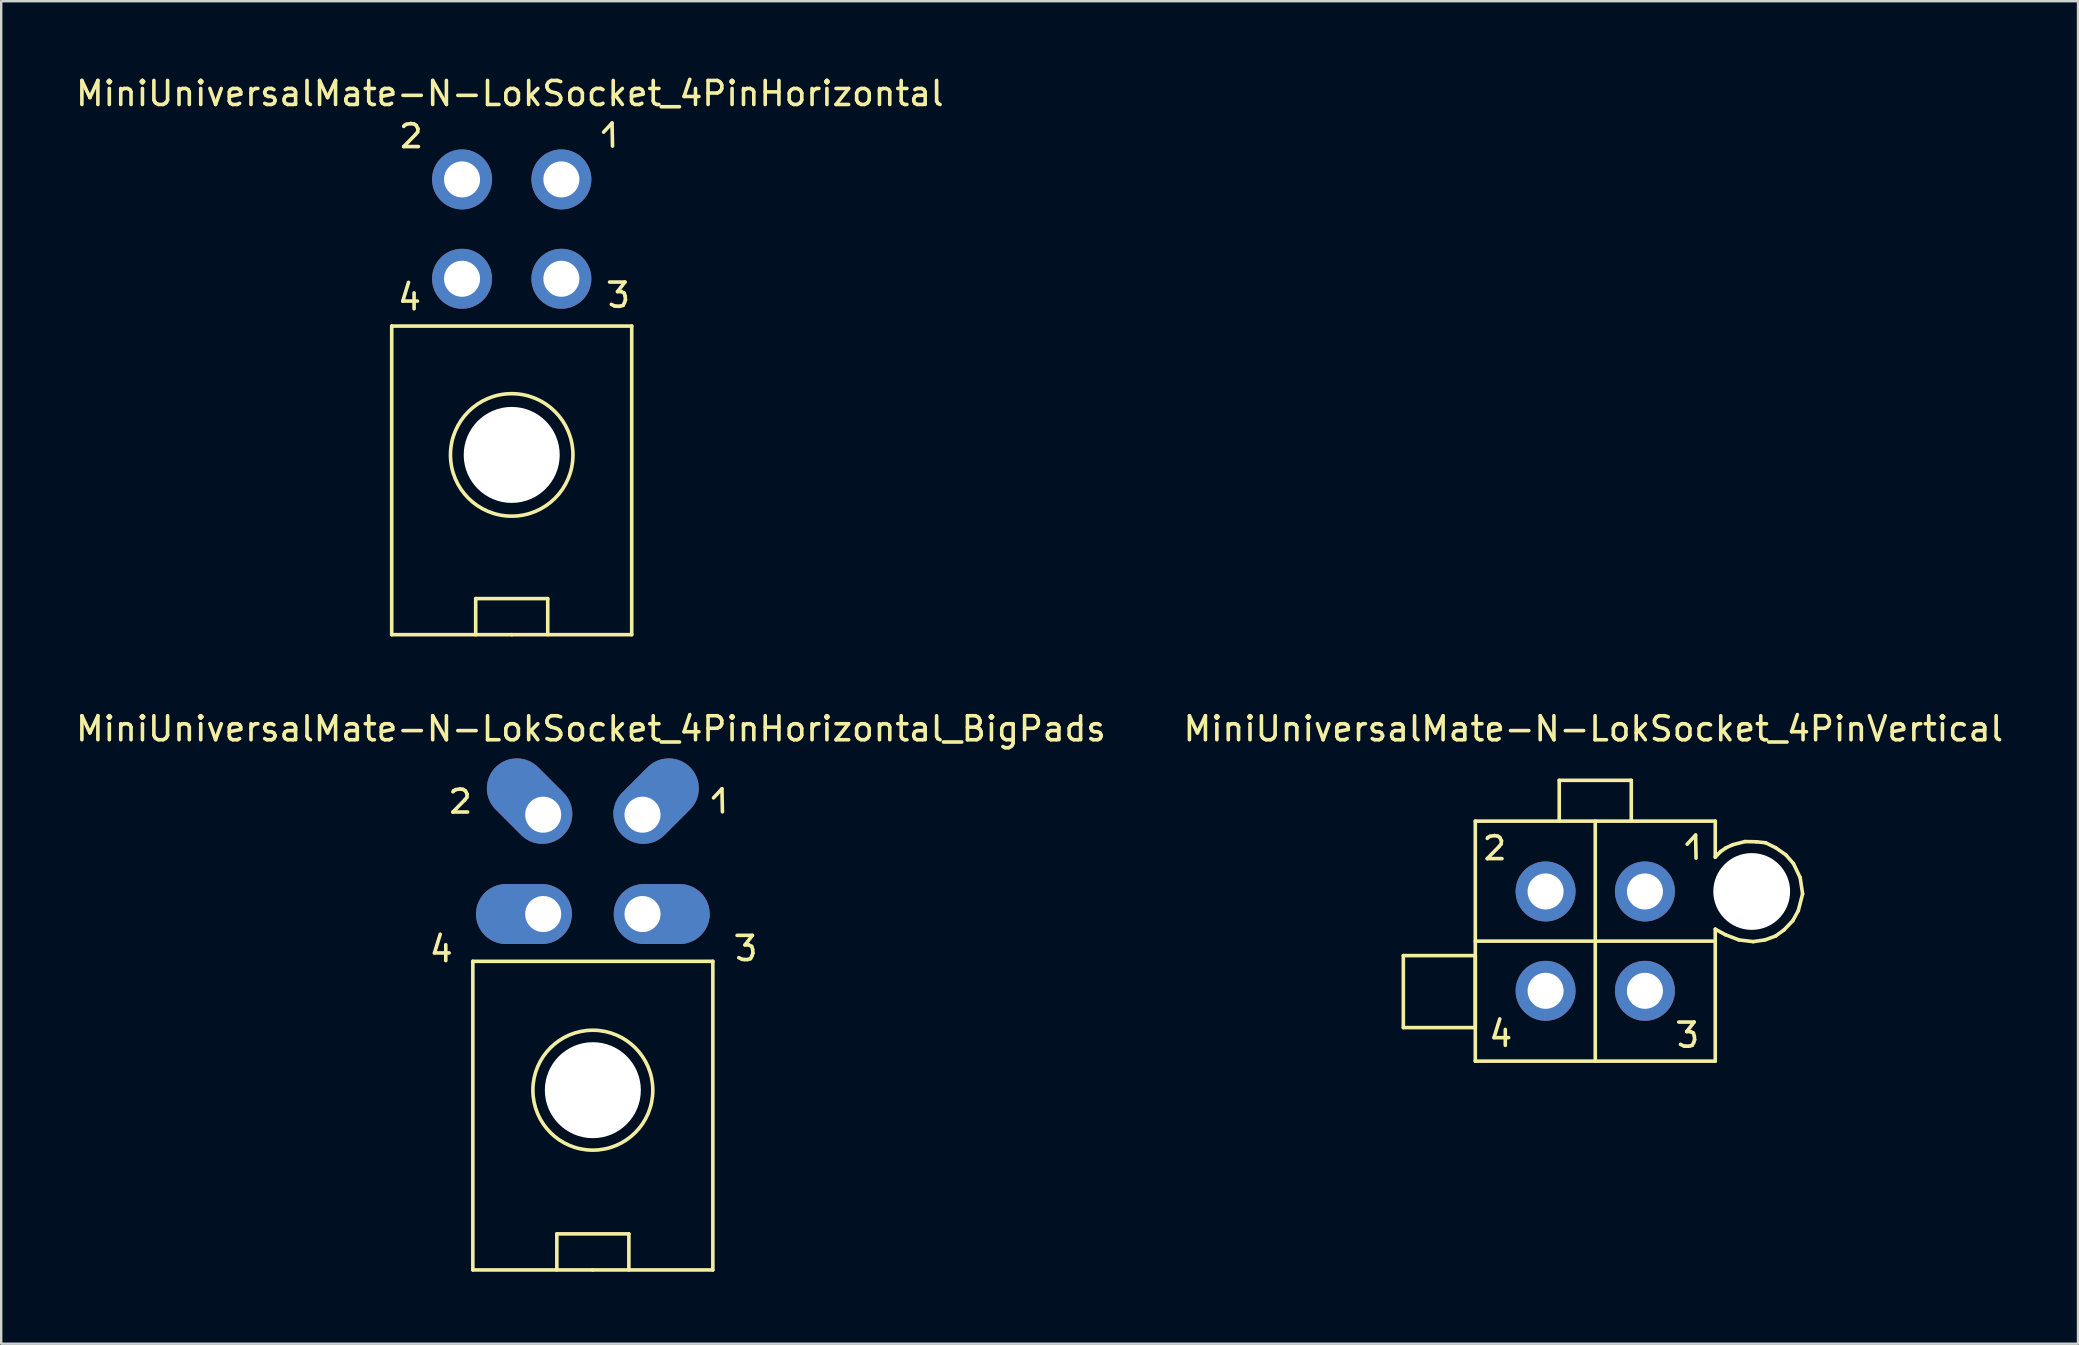
<source format=kicad_pcb>
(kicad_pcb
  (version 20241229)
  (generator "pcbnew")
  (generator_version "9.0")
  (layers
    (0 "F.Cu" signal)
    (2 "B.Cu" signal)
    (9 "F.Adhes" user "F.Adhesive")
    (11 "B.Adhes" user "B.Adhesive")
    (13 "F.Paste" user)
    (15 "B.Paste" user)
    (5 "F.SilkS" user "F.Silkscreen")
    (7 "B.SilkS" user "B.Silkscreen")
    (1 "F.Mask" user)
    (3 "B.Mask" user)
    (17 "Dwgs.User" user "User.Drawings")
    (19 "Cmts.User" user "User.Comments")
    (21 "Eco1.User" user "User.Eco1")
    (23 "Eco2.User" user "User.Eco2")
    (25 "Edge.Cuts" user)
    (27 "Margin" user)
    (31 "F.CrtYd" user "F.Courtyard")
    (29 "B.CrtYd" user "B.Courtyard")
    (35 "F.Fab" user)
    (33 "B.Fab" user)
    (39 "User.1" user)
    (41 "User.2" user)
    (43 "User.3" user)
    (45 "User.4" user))
  (footprint "MiniUniversalMate-N-LokSocket_4PinHorizontal_BigPads"
    (layer "F.Cu")
    (at 21.656 32.971)
    (property "Reference" "MiniUniversalMate-N-LokSocket_4PinHorizontal_BigPads" (at -0.079 -5.649 0) (layer "F.SilkS") (effects (font (size 1 1) (thickness 0.15))))
    (attr through_hole)
    (fp_line (start -6.599 3.691) (end -5.989 3.691) (stroke (width 0.15) (type solid)) (layer "F.SilkS"))
    (fp_line (start -6.36 2.911) (end -6.599 3.691) (stroke (width 0.15) (type solid)) (layer "F.SilkS"))
    (fp_line (start -6.129 3.35) (end -6.129 4.011) (stroke (width 0.15) (type solid)) (layer "F.SilkS"))
    (fp_line (start -5.832 -3.023) (end -5.801 -3.063) (stroke (width 0.15) (type solid)) (layer "F.SilkS"))
    (fp_line (start -5.832 -2.182) (end -5.22 -2.182) (stroke (width 0.15) (type solid)) (layer "F.SilkS"))
    (fp_line (start -5.801 -3.063) (end -5.71 -3.114) (stroke (width 0.15) (type solid)) (layer "F.SilkS"))
    (fp_line (start -5.71 -3.114) (end -5.532 -3.142) (stroke (width 0.15) (type solid)) (layer "F.SilkS"))
    (fp_line (start -5.532 -3.142) (end -5.4 -3.122) (stroke (width 0.15) (type solid)) (layer "F.SilkS"))
    (fp_line (start -5.4 -3.122) (end -5.311 -3.063) (stroke (width 0.15) (type solid)) (layer "F.SilkS"))
    (fp_line (start -5.342 -2.682) (end -5.832 -2.182) (stroke (width 0.15) (type solid)) (layer "F.SilkS"))
    (fp_line (start -5.311 -3.063) (end -5.24 -2.924) (stroke (width 0.15) (type solid)) (layer "F.SilkS"))
    (fp_line (start -5.25 -2.794) (end -5.342 -2.682) (stroke (width 0.15) (type solid)) (layer "F.SilkS"))
    (fp_line (start -5.24 -2.924) (end -5.25 -2.794) (stroke (width 0.15) (type solid)) (layer "F.SilkS"))
    (fp_line (start -5.001 4.041) (end 5.001 4.041) (stroke (width 0.15) (type solid)) (layer "F.SilkS"))
    (fp_line (start -5.001 16.901) (end -5.001 4.041) (stroke (width 0.15) (type solid)) (layer "F.SilkS"))
    (fp_line (start -1.501 15.4) (end -1.501 16.901) (stroke (width 0.15) (type solid)) (layer "F.SilkS"))
    (fp_line (start 0 16.901) (end -5.001 16.901) (stroke (width 0.15) (type solid)) (layer "F.SilkS"))
    (fp_line (start 0 16.901) (end 5.001 16.901) (stroke (width 0.15) (type solid)) (layer "F.SilkS"))
    (fp_line (start 1.501 15.4) (end -1.501 15.4) (stroke (width 0.15) (type solid)) (layer "F.SilkS"))
    (fp_line (start 1.501 16.901) (end 1.501 15.4) (stroke (width 0.15) (type solid)) (layer "F.SilkS"))
    (fp_line (start 5.001 4.041) (end 5.001 16.901) (stroke (width 0.15) (type solid)) (layer "F.SilkS"))
    (fp_line (start 5.029 -2.771) (end 5.38 -3.15) (stroke (width 0.15) (type solid)) (layer "F.SilkS"))
    (fp_line (start 5.38 -3.15) (end 5.4 -2.189) (stroke (width 0.15) (type solid)) (layer "F.SilkS"))
    (fp_line (start 6.01 2.959) (end 6.65 2.959) (stroke (width 0.15) (type solid)) (layer "F.SilkS"))
    (fp_line (start 6.22 3.957) (end 6.081 3.889) (stroke (width 0.15) (type solid)) (layer "F.SilkS"))
    (fp_line (start 6.32 3.967) (end 6.22 3.957) (stroke (width 0.15) (type solid)) (layer "F.SilkS"))
    (fp_line (start 6.34 3.358) (end 6.5 3.358) (stroke (width 0.15) (type solid)) (layer "F.SilkS"))
    (fp_line (start 6.439 3.967) (end 6.32 3.967) (stroke (width 0.15) (type solid)) (layer "F.SilkS"))
    (fp_line (start 6.5 3.358) (end 6.619 3.419) (stroke (width 0.15) (type solid)) (layer "F.SilkS"))
    (fp_line (start 6.571 3.929) (end 6.439 3.967) (stroke (width 0.15) (type solid)) (layer "F.SilkS"))
    (fp_line (start 6.619 3.419) (end 6.66 3.548) (stroke (width 0.15) (type solid)) (layer "F.SilkS"))
    (fp_line (start 6.629 3.818) (end 6.571 3.929) (stroke (width 0.15) (type solid)) (layer "F.SilkS"))
    (fp_line (start 6.65 2.959) (end 6.34 3.358) (stroke (width 0.15) (type solid)) (layer "F.SilkS"))
    (fp_line (start 6.66 3.548) (end 6.67 3.698) (stroke (width 0.15) (type solid)) (layer "F.SilkS"))
    (fp_line (start 6.67 3.698) (end 6.629 3.818) (stroke (width 0.15) (type solid)) (layer "F.SilkS"))
    (fp_circle (center 0 9.411) (end 2.499 9.411) (stroke (width 0.15) (type solid)) (fill no) (layer "F.SilkS"))
    (pad "" np_thru_hole circle (at 0 9.411 90) (size 4 4) (drill 4) (layers "*.Cu" "*.Mask"))
    (pad "1" thru_hole oval (at 2.07 -2.07 45) (size 4 2.499) (drill 1.501 (offset 0.8 0)) (layers "*.Cu" "*.Mask"))
    (pad "2" thru_hole oval (at -2.07 -2.07 315) (size 4 2.499) (drill 1.501 (offset -0.8 0)) (layers "*.Cu" "*.Mask"))
    (pad "3" thru_hole oval (at 2.07 2.07) (size 4 2.499) (drill 1.501 (offset 0.8 0)) (layers "*.Cu" "*.Mask"))
    (pad "4" thru_hole oval (at -2.07 2.07) (size 4 2.499) (drill 1.501 (offset -0.8 0)) (layers "*.Cu" "*.Mask")))
  (footprint "MiniUniversalMate-N-LokSocket_4PinHorizontal"
    (layer "F.Cu")
    (at 18.275 6.497)
    (property "Reference" "MiniUniversalMate-N-LokSocket_4PinHorizontal" (at -0.079 -5.649 0) (layer "F.SilkS") (effects (font (size 1 1) (thickness 0.15))))
    (attr through_hole)
    (fp_line (start -5.001 4.041) (end 5.001 4.041) (stroke (width 0.15) (type solid)) (layer "F.SilkS"))
    (fp_line (start -5.001 16.901) (end -5.001 4.041) (stroke (width 0.15) (type solid)) (layer "F.SilkS"))
    (fp_line (start -4.539 3) (end -3.929 3) (stroke (width 0.15) (type solid)) (layer "F.SilkS"))
    (fp_line (start -4.501 -4.28) (end -4.47 -4.321) (stroke (width 0.15) (type solid)) (layer "F.SilkS"))
    (fp_line (start -4.501 -3.439) (end -3.889 -3.439) (stroke (width 0.15) (type solid)) (layer "F.SilkS"))
    (fp_line (start -4.47 -4.321) (end -4.379 -4.371) (stroke (width 0.15) (type solid)) (layer "F.SilkS"))
    (fp_line (start -4.379 -4.371) (end -4.201 -4.399) (stroke (width 0.15) (type solid)) (layer "F.SilkS"))
    (fp_line (start -4.3 2.22) (end -4.539 3) (stroke (width 0.15) (type solid)) (layer "F.SilkS"))
    (fp_line (start -4.201 -4.399) (end -4.069 -4.379) (stroke (width 0.15) (type solid)) (layer "F.SilkS"))
    (fp_line (start -4.069 -4.379) (end -3.98 -4.321) (stroke (width 0.15) (type solid)) (layer "F.SilkS"))
    (fp_line (start -4.069 2.659) (end -4.069 3.32) (stroke (width 0.15) (type solid)) (layer "F.SilkS"))
    (fp_line (start -4.011 -3.94) (end -4.501 -3.439) (stroke (width 0.15) (type solid)) (layer "F.SilkS"))
    (fp_line (start -3.98 -4.321) (end -3.909 -4.181) (stroke (width 0.15) (type solid)) (layer "F.SilkS"))
    (fp_line (start -3.919 -4.051) (end -4.011 -3.94) (stroke (width 0.15) (type solid)) (layer "F.SilkS"))
    (fp_line (start -3.909 -4.181) (end -3.919 -4.051) (stroke (width 0.15) (type solid)) (layer "F.SilkS"))
    (fp_line (start -1.501 15.4) (end -1.501 16.901) (stroke (width 0.15) (type solid)) (layer "F.SilkS"))
    (fp_line (start 0 16.901) (end -5.001 16.901) (stroke (width 0.15) (type solid)) (layer "F.SilkS"))
    (fp_line (start 0 16.901) (end 5.001 16.901) (stroke (width 0.15) (type solid)) (layer "F.SilkS"))
    (fp_line (start 1.501 15.4) (end -1.501 15.4) (stroke (width 0.15) (type solid)) (layer "F.SilkS"))
    (fp_line (start 1.501 16.901) (end 1.501 15.4) (stroke (width 0.15) (type solid)) (layer "F.SilkS"))
    (fp_line (start 3.83 -4.041) (end 4.181 -4.42) (stroke (width 0.15) (type solid)) (layer "F.SilkS"))
    (fp_line (start 4.079 2.207) (end 4.719 2.207) (stroke (width 0.15) (type solid)) (layer "F.SilkS"))
    (fp_line (start 4.181 -4.42) (end 4.201 -3.459) (stroke (width 0.15) (type solid)) (layer "F.SilkS"))
    (fp_line (start 4.29 3.205) (end 4.15 3.137) (stroke (width 0.15) (type solid)) (layer "F.SilkS"))
    (fp_line (start 4.389 3.216) (end 4.29 3.205) (stroke (width 0.15) (type solid)) (layer "F.SilkS"))
    (fp_line (start 4.409 2.606) (end 4.569 2.606) (stroke (width 0.15) (type solid)) (layer "F.SilkS"))
    (fp_line (start 4.508 3.216) (end 4.389 3.216) (stroke (width 0.15) (type solid)) (layer "F.SilkS"))
    (fp_line (start 4.569 2.606) (end 4.689 2.667) (stroke (width 0.15) (type solid)) (layer "F.SilkS"))
    (fp_line (start 4.641 3.178) (end 4.508 3.216) (stroke (width 0.15) (type solid)) (layer "F.SilkS"))
    (fp_line (start 4.689 2.667) (end 4.729 2.797) (stroke (width 0.15) (type solid)) (layer "F.SilkS"))
    (fp_line (start 4.699 3.066) (end 4.641 3.178) (stroke (width 0.15) (type solid)) (layer "F.SilkS"))
    (fp_line (start 4.719 2.207) (end 4.409 2.606) (stroke (width 0.15) (type solid)) (layer "F.SilkS"))
    (fp_line (start 4.729 2.797) (end 4.74 2.946) (stroke (width 0.15) (type solid)) (layer "F.SilkS"))
    (fp_line (start 4.74 2.946) (end 4.699 3.066) (stroke (width 0.15) (type solid)) (layer "F.SilkS"))
    (fp_line (start 5.001 4.041) (end 5.001 16.901) (stroke (width 0.15) (type solid)) (layer "F.SilkS"))
    (fp_circle (center 0 9.411) (end 2.141 10.8) (stroke (width 0.15) (type solid)) (fill no) (layer "F.SilkS"))
    (pad "" np_thru_hole circle (at 0 9.411 90) (size 4 4) (drill 4) (layers "*.Cu" "*.Mask"))
    (pad "1" thru_hole circle (at 2.07 -2.07 90) (size 2.499 2.499) (drill 1.501) (layers "*.Cu" "*.Mask"))
    (pad "2" thru_hole circle (at -2.07 -2.07 90) (size 2.499 2.499) (drill 1.501) (layers "*.Cu" "*.Mask"))
    (pad "3" thru_hole circle (at 2.07 2.07 90) (size 2.499 2.499) (drill 1.501) (layers "*.Cu" "*.Mask"))
    (pad "4" thru_hole circle (at -2.07 2.07 90) (size 2.499 2.499) (drill 1.501) (layers "*.Cu" "*.Mask")))
  (footprint "MiniUniversalMate-N-LokSocket_4PinVertical"
    (layer "F.Cu")
    (at 63.43 36.171)
    (property "Reference" "MiniUniversalMate-N-LokSocket_4PinVertical" (at -0.079 -8.849 0) (layer "F.SilkS") (effects (font (size 1 1) (thickness 0.15))))
    (attr through_hole)
    (fp_line (start -7.998 0.602) (end -4.999 0.602) (stroke (width 0.15) (type solid)) (layer "F.SilkS"))
    (fp_line (start -7.998 3.602) (end -7.998 0.602) (stroke (width 0.15) (type solid)) (layer "F.SilkS"))
    (fp_line (start -4.999 -5.001) (end -4.999 4.999) (stroke (width 0.15) (type solid)) (layer "F.SilkS"))
    (fp_line (start -4.999 0) (end 5.001 0) (stroke (width 0.15) (type solid)) (layer "F.SilkS"))
    (fp_line (start -4.999 0.602) (end -4.999 3.602) (stroke (width 0.15) (type solid)) (layer "F.SilkS"))
    (fp_line (start -4.999 3.602) (end -7.998 3.602) (stroke (width 0.15) (type solid)) (layer "F.SilkS"))
    (fp_line (start -4.999 4.999) (end 5.001 4.999) (stroke (width 0.15) (type solid)) (layer "F.SilkS"))
    (fp_line (start -4.501 -4.28) (end -4.47 -4.321) (stroke (width 0.15) (type solid)) (layer "F.SilkS"))
    (fp_line (start -4.501 -3.439) (end -3.889 -3.439) (stroke (width 0.15) (type solid)) (layer "F.SilkS"))
    (fp_line (start -4.47 -4.321) (end -4.379 -4.371) (stroke (width 0.15) (type solid)) (layer "F.SilkS"))
    (fp_line (start -4.379 -4.371) (end -4.201 -4.399) (stroke (width 0.15) (type solid)) (layer "F.SilkS"))
    (fp_line (start -4.219 4.021) (end -3.609 4.021) (stroke (width 0.15) (type solid)) (layer "F.SilkS"))
    (fp_line (start -4.201 -4.399) (end -4.069 -4.379) (stroke (width 0.15) (type solid)) (layer "F.SilkS"))
    (fp_line (start -4.069 -4.379) (end -3.98 -4.321) (stroke (width 0.15) (type solid)) (layer "F.SilkS"))
    (fp_line (start -4.011 -3.94) (end -4.501 -3.439) (stroke (width 0.15) (type solid)) (layer "F.SilkS"))
    (fp_line (start -3.98 -4.321) (end -3.909 -4.181) (stroke (width 0.15) (type solid)) (layer "F.SilkS"))
    (fp_line (start -3.98 3.241) (end -4.219 4.021) (stroke (width 0.15) (type solid)) (layer "F.SilkS"))
    (fp_line (start -3.919 -4.051) (end -4.011 -3.94) (stroke (width 0.15) (type solid)) (layer "F.SilkS"))
    (fp_line (start -3.909 -4.181) (end -3.919 -4.051) (stroke (width 0.15) (type solid)) (layer "F.SilkS"))
    (fp_line (start -3.749 3.68) (end -3.749 4.341) (stroke (width 0.15) (type solid)) (layer "F.SilkS"))
    (fp_line (start -1.501 -6.701) (end -1.501 -5.001) (stroke (width 0.15) (type solid)) (layer "F.SilkS"))
    (fp_line (start 0 -5.001) (end 0 4.999) (stroke (width 0.15) (type solid)) (layer "F.SilkS"))
    (fp_line (start 1.501 -6.701) (end -1.501 -6.701) (stroke (width 0.15) (type solid)) (layer "F.SilkS"))
    (fp_line (start 1.501 -5.001) (end 1.501 -6.701) (stroke (width 0.15) (type solid)) (layer "F.SilkS"))
    (fp_line (start 3.48 3.371) (end 4.12 3.371) (stroke (width 0.15) (type solid)) (layer "F.SilkS"))
    (fp_line (start 3.691 4.369) (end 3.551 4.3) (stroke (width 0.15) (type solid)) (layer "F.SilkS"))
    (fp_line (start 3.79 4.379) (end 3.691 4.369) (stroke (width 0.15) (type solid)) (layer "F.SilkS"))
    (fp_line (start 3.81 3.769) (end 3.97 3.769) (stroke (width 0.15) (type solid)) (layer "F.SilkS"))
    (fp_line (start 3.83 -4.041) (end 4.181 -4.42) (stroke (width 0.15) (type solid)) (layer "F.SilkS"))
    (fp_line (start 3.909 4.379) (end 3.79 4.379) (stroke (width 0.15) (type solid)) (layer "F.SilkS"))
    (fp_line (start 3.97 3.769) (end 4.089 3.83) (stroke (width 0.15) (type solid)) (layer "F.SilkS"))
    (fp_line (start 4.041 4.341) (end 3.909 4.379) (stroke (width 0.15) (type solid)) (layer "F.SilkS"))
    (fp_line (start 4.089 3.83) (end 4.13 3.96) (stroke (width 0.15) (type solid)) (layer "F.SilkS"))
    (fp_line (start 4.1 4.229) (end 4.041 4.341) (stroke (width 0.15) (type solid)) (layer "F.SilkS"))
    (fp_line (start 4.12 3.371) (end 3.81 3.769) (stroke (width 0.15) (type solid)) (layer "F.SilkS"))
    (fp_line (start 4.13 3.96) (end 4.14 4.11) (stroke (width 0.15) (type solid)) (layer "F.SilkS"))
    (fp_line (start 4.14 4.11) (end 4.1 4.229) (stroke (width 0.15) (type solid)) (layer "F.SilkS"))
    (fp_line (start 4.181 -4.42) (end 4.201 -3.459) (stroke (width 0.15) (type solid)) (layer "F.SilkS"))
    (fp_line (start 5.001 -5.001) (end -4.999 -5.001) (stroke (width 0.15) (type solid)) (layer "F.SilkS"))
    (fp_line (start 5.001 -5.001) (end 5.001 -3.5) (stroke (width 0.15) (type solid)) (layer "F.SilkS"))
    (fp_line (start 5.001 -3.5) (end 5.22 -3.731) (stroke (width 0.15) (type solid)) (layer "F.SilkS"))
    (fp_line (start 5.001 4.999) (end 5.001 -0.5) (stroke (width 0.15) (type solid)) (layer "F.SilkS"))
    (fp_line (start 5.22 -3.731) (end 5.451 -3.891) (stroke (width 0.15) (type solid)) (layer "F.SilkS"))
    (fp_line (start 5.42 -0.269) (end 5.001 -0.5) (stroke (width 0.15) (type solid)) (layer "F.SilkS"))
    (fp_line (start 5.451 -3.891) (end 5.74 -4.021) (stroke (width 0.15) (type solid)) (layer "F.SilkS"))
    (fp_line (start 5.74 -4.021) (end 6.241 -4.15) (stroke (width 0.15) (type solid)) (layer "F.SilkS"))
    (fp_line (start 5.989 -0.051) (end 5.42 -0.269) (stroke (width 0.15) (type solid)) (layer "F.SilkS"))
    (fp_line (start 6.241 -4.15) (end 6.721 -4.14) (stroke (width 0.15) (type solid)) (layer "F.SilkS"))
    (fp_line (start 6.581 0.02) (end 5.989 -0.051) (stroke (width 0.15) (type solid)) (layer "F.SilkS"))
    (fp_line (start 6.721 -4.14) (end 7.099 -4.1) (stroke (width 0.15) (type solid)) (layer "F.SilkS"))
    (fp_line (start 7.071 -0.051) (end 6.581 0.02) (stroke (width 0.15) (type solid)) (layer "F.SilkS"))
    (fp_line (start 7.099 -4.1) (end 7.521 -3.891) (stroke (width 0.15) (type solid)) (layer "F.SilkS"))
    (fp_line (start 7.511 -0.211) (end 7.071 -0.051) (stroke (width 0.15) (type solid)) (layer "F.SilkS"))
    (fp_line (start 7.521 -3.891) (end 7.94 -3.599) (stroke (width 0.15) (type solid)) (layer "F.SilkS"))
    (fp_line (start 7.869 -0.47) (end 7.511 -0.211) (stroke (width 0.15) (type solid)) (layer "F.SilkS"))
    (fp_line (start 7.94 -3.599) (end 8.26 -3.231) (stroke (width 0.15) (type solid)) (layer "F.SilkS"))
    (fp_line (start 8.23 -0.851) (end 7.869 -0.47) (stroke (width 0.15) (type solid)) (layer "F.SilkS"))
    (fp_line (start 8.26 -3.231) (end 8.539 -2.649) (stroke (width 0.15) (type solid)) (layer "F.SilkS"))
    (fp_line (start 8.461 -1.27) (end 8.23 -0.851) (stroke (width 0.15) (type solid)) (layer "F.SilkS"))
    (fp_line (start 8.539 -2.649) (end 8.641 -1.971) (stroke (width 0.15) (type solid)) (layer "F.SilkS"))
    (fp_line (start 8.641 -1.971) (end 8.461 -1.27) (stroke (width 0.15) (type solid)) (layer "F.SilkS"))
    (pad "" np_thru_hole circle (at 6.52 -2.07 90) (size 3.2 3.2) (drill 3.2) (layers "*.Cu" "*.Mask"))
    (pad "1" thru_hole circle (at 2.07 -2.07 90) (size 2.499 2.499) (drill 1.501) (layers "*.Cu" "*.Mask"))
    (pad "2" thru_hole circle (at -2.07 -2.07 90) (size 2.499 2.499) (drill 1.501) (layers "*.Cu" "*.Mask"))
    (pad "3" thru_hole circle (at 2.07 2.07 90) (size 2.499 2.499) (drill 1.501) (layers "*.Cu" "*.Mask"))
    (pad "4" thru_hole circle (at -2.07 2.07 90) (size 2.499 2.499) (drill 1.501) (layers "*.Cu" "*.Mask")))
  (gr_rect
    (start -3 -3)
    (end 83.548 52.947)
    (stroke (width 0.1) (type default))
    (fill no)
    (layer "Edge.Cuts")))
</source>
